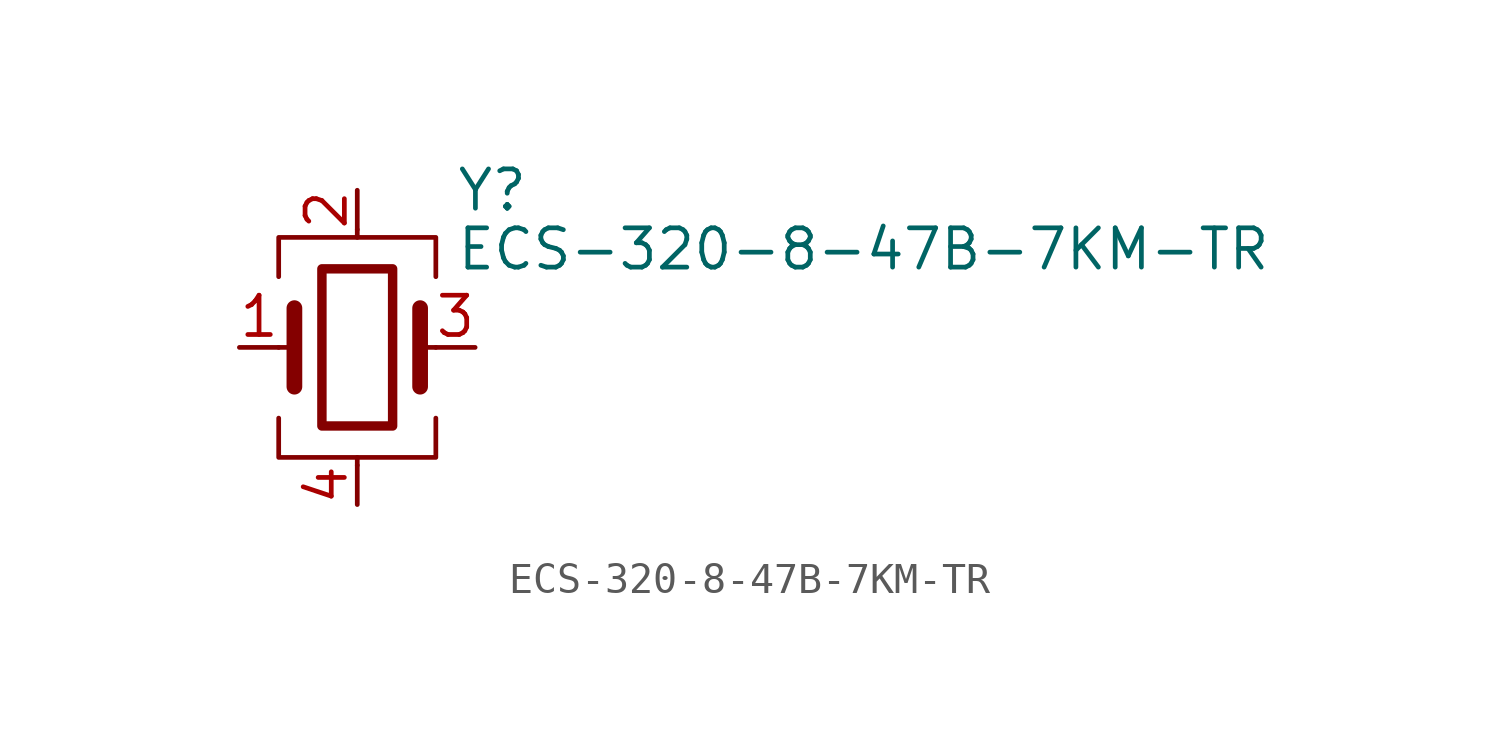
<source format=kicad_sym>
(kicad_symbol_lib
  (version 20211014)
  (generator kicad_symbol_editor)
  (symbol "ECS-320-8-47B-7KM-TR"
    (pin_names
      (offset 1.016) hide)
    (property "Reference" "Y"
      (at 3.175 5.08 0)
      (effects (font (size 1.27 1.27)) (justify left)))
    (property "Value" "ECS-320-8-47B-7KM-TR"
      (at 3.175 3.175 0)
      (effects (font (size 1.27 1.27)) (justify left)))
    (symbol "ECS-320-8-47B-7KM-TR_0_1"
      (rectangle (start -1.143 2.54) (end 1.143 -2.54) (stroke (width 0.305) (type default) (color 0 0 0 0)) (fill (type none)))
      (polyline (pts (xy -2.54 0) (xy -2.032 0)) (stroke (width 0) (type default) (color 0 0 0 0)) (fill (type none)))
      (polyline (pts (xy -2.032 -1.27) (xy -2.032 1.27)) (stroke (width 0.508) (type default) (color 0 0 0 0)) (fill (type none)))
      (polyline (pts (xy 0 -3.81) (xy 0 -3.556)) (stroke (width 0) (type default) (color 0 0 0 0)) (fill (type none)))
      (polyline (pts (xy 0 3.556) (xy 0 3.81)) (stroke (width 0) (type default) (color 0 0 0 0)) (fill (type none)))
      (polyline (pts (xy 2.032 -1.27) (xy 2.032 1.27)) (stroke (width 0.508) (type default) (color 0 0 0 0)) (fill (type none)))
      (polyline (pts (xy 2.032 0) (xy 2.54 0)) (stroke (width 0) (type default) (color 0 0 0 0)) (fill (type none)))
      (polyline (pts (xy -2.54 -2.286) (xy -2.54 -3.556) (xy 2.54 -3.556) (xy 2.54 -2.286)) (stroke (width 0) (type default) (color 0 0 0 0)) (fill (type none)))
      (polyline (pts (xy -2.54 2.286) (xy -2.54 3.556) (xy 2.54 3.556) (xy 2.54 2.286)) (stroke (width 0) (type default) (color 0 0 0 0)) (fill (type none))))
    (symbol "ECS-320-8-47B-7KM-TR_1_1"
      (pin passive line (at -3.81 0 0) (length 1.27) (name "1" (effects (font (size 1.27 1.27)))) (number "1" (effects (font (size 1.27 1.27)))))
      (pin passive line (at 0 5.08 270) (length 1.27) (name "2" (effects (font (size 1.27 1.27)))) (number "2" (effects (font (size 1.27 1.27)))))
      (pin passive line (at 3.81 0 180) (length 1.27) (name "3" (effects (font (size 1.27 1.27)))) (number "3" (effects (font (size 1.27 1.27)))))
      (pin passive line (at 0 -5.08 90) (length 1.27) (name "4" (effects (font (size 1.27 1.27)))) (number "4" (effects (font (size 1.27 1.27))))))))
</source>
